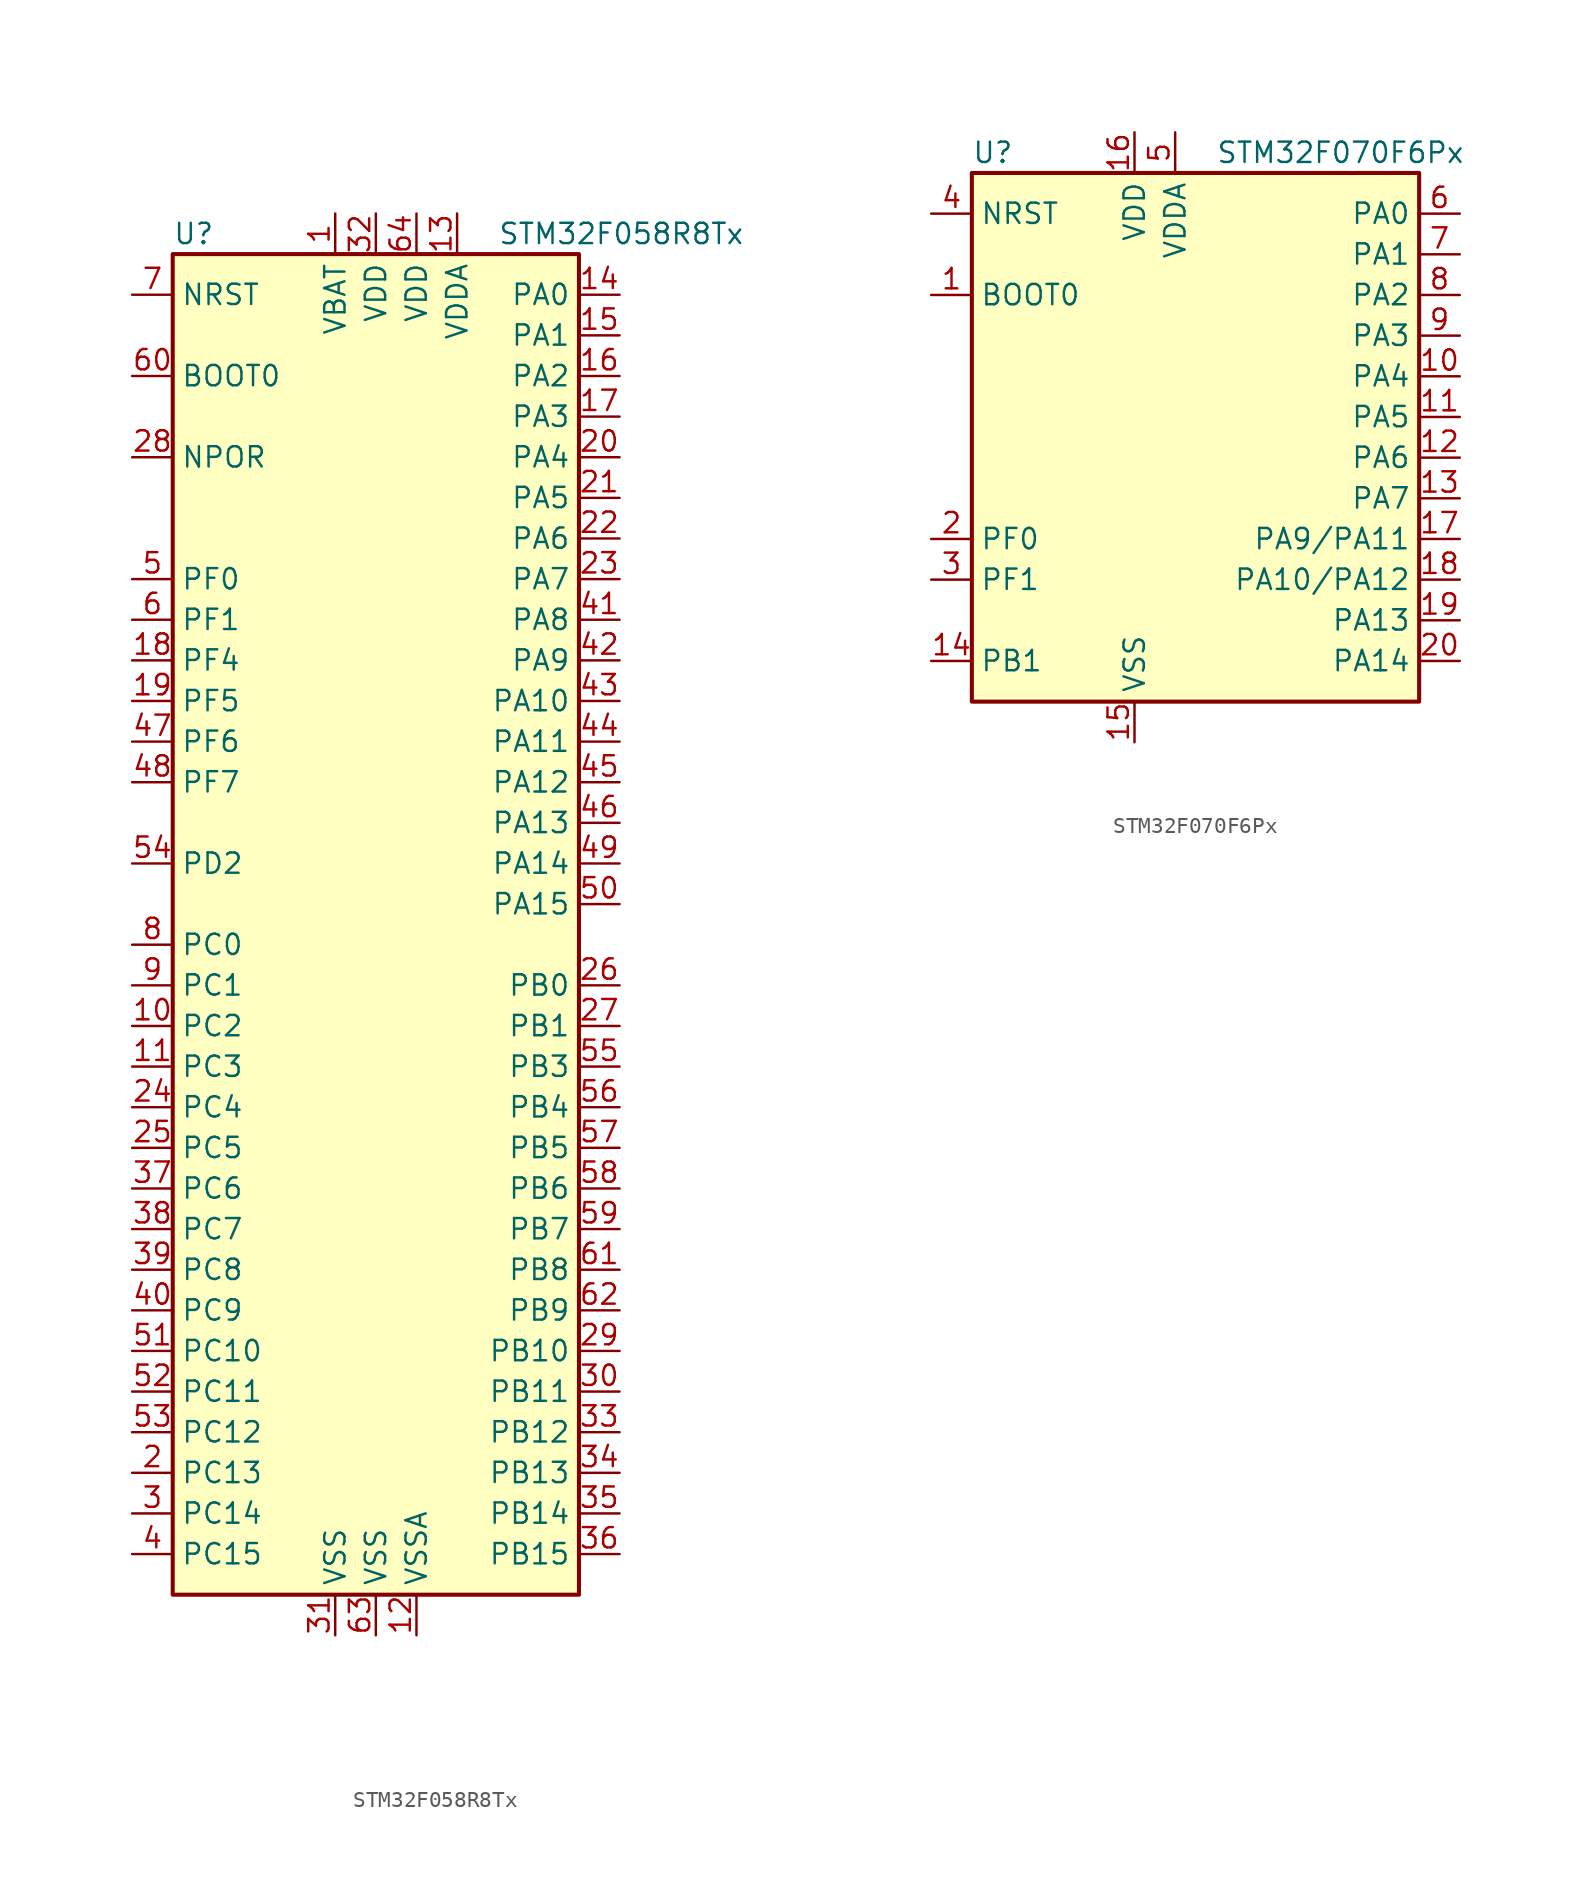
<source format=kicad_sym>
(kicad_symbol_lib
  (version 20201005)
  (generator kicad_symbol_editor)
  (symbol "STM32F058R8Tx"
    (property "Reference" "U"
      (at -12.7 41.91 0)
      (effects (font (size 1.27 1.27)) (justify left)))
    (property "Value" "STM32F058R8Tx"
      (at 7.62 41.91 0)
      (effects (font (size 1.27 1.27)) (justify left)))
    (symbol "STM32F058R8Tx_0_1"
      (rectangle (start -12.7 -43.18) (end 12.7 40.64) (stroke (width 0.254)) (fill (type background))))
    (symbol "STM32F058R8Tx_1_1"
      (pin input line (at -15.24 33.02 0) (length 2.54) (name "BOOT0" (effects (font (size 1.27 1.27)))) (number "60" (effects (font (size 1.27 1.27)))))
      (pin power_in line (at -15.24 27.94 0) (length 2.54) (name "NPOR" (effects (font (size 1.27 1.27)))) (number "28" (effects (font (size 1.27 1.27)))))
      (pin input line (at -15.24 38.1 0) (length 2.54) (name "NRST" (effects (font (size 1.27 1.27)))) (number "7" (effects (font (size 1.27 1.27)))))
      (pin bidirectional line (at 15.24 38.1 180) (length 2.54) (name "PA0" (effects (font (size 1.27 1.27)))) (number "14" (effects (font (size 1.27 1.27)))))
      (pin bidirectional line (at 15.24 35.56 180) (length 2.54) (name "PA1" (effects (font (size 1.27 1.27)))) (number "15" (effects (font (size 1.27 1.27)))))
      (pin bidirectional line (at 15.24 12.7 180) (length 2.54) (name "PA10" (effects (font (size 1.27 1.27)))) (number "43" (effects (font (size 1.27 1.27)))))
      (pin bidirectional line (at 15.24 10.16 180) (length 2.54) (name "PA11" (effects (font (size 1.27 1.27)))) (number "44" (effects (font (size 1.27 1.27)))))
      (pin bidirectional line (at 15.24 7.62 180) (length 2.54) (name "PA12" (effects (font (size 1.27 1.27)))) (number "45" (effects (font (size 1.27 1.27)))))
      (pin bidirectional line (at 15.24 5.08 180) (length 2.54) (name "PA13" (effects (font (size 1.27 1.27)))) (number "46" (effects (font (size 1.27 1.27)))))
      (pin bidirectional line (at 15.24 2.54 180) (length 2.54) (name "PA14" (effects (font (size 1.27 1.27)))) (number "49" (effects (font (size 1.27 1.27)))))
      (pin bidirectional line (at 15.24 0 180) (length 2.54) (name "PA15" (effects (font (size 1.27 1.27)))) (number "50" (effects (font (size 1.27 1.27)))))
      (pin bidirectional line (at 15.24 33.02 180) (length 2.54) (name "PA2" (effects (font (size 1.27 1.27)))) (number "16" (effects (font (size 1.27 1.27)))))
      (pin bidirectional line (at 15.24 30.48 180) (length 2.54) (name "PA3" (effects (font (size 1.27 1.27)))) (number "17" (effects (font (size 1.27 1.27)))))
      (pin bidirectional line (at 15.24 27.94 180) (length 2.54) (name "PA4" (effects (font (size 1.27 1.27)))) (number "20" (effects (font (size 1.27 1.27)))))
      (pin bidirectional line (at 15.24 25.4 180) (length 2.54) (name "PA5" (effects (font (size 1.27 1.27)))) (number "21" (effects (font (size 1.27 1.27)))))
      (pin bidirectional line (at 15.24 22.86 180) (length 2.54) (name "PA6" (effects (font (size 1.27 1.27)))) (number "22" (effects (font (size 1.27 1.27)))))
      (pin bidirectional line (at 15.24 20.32 180) (length 2.54) (name "PA7" (effects (font (size 1.27 1.27)))) (number "23" (effects (font (size 1.27 1.27)))))
      (pin bidirectional line (at 15.24 17.78 180) (length 2.54) (name "PA8" (effects (font (size 1.27 1.27)))) (number "41" (effects (font (size 1.27 1.27)))))
      (pin bidirectional line (at 15.24 15.24 180) (length 2.54) (name "PA9" (effects (font (size 1.27 1.27)))) (number "42" (effects (font (size 1.27 1.27)))))
      (pin bidirectional line (at 15.24 -5.08 180) (length 2.54) (name "PB0" (effects (font (size 1.27 1.27)))) (number "26" (effects (font (size 1.27 1.27)))))
      (pin bidirectional line (at 15.24 -7.62 180) (length 2.54) (name "PB1" (effects (font (size 1.27 1.27)))) (number "27" (effects (font (size 1.27 1.27)))))
      (pin bidirectional line (at 15.24 -27.94 180) (length 2.54) (name "PB10" (effects (font (size 1.27 1.27)))) (number "29" (effects (font (size 1.27 1.27)))))
      (pin bidirectional line (at 15.24 -30.48 180) (length 2.54) (name "PB11" (effects (font (size 1.27 1.27)))) (number "30" (effects (font (size 1.27 1.27)))))
      (pin bidirectional line (at 15.24 -33.02 180) (length 2.54) (name "PB12" (effects (font (size 1.27 1.27)))) (number "33" (effects (font (size 1.27 1.27)))))
      (pin bidirectional line (at 15.24 -35.56 180) (length 2.54) (name "PB13" (effects (font (size 1.27 1.27)))) (number "34" (effects (font (size 1.27 1.27)))))
      (pin bidirectional line (at 15.24 -38.1 180) (length 2.54) (name "PB14" (effects (font (size 1.27 1.27)))) (number "35" (effects (font (size 1.27 1.27)))))
      (pin bidirectional line (at 15.24 -40.64 180) (length 2.54) (name "PB15" (effects (font (size 1.27 1.27)))) (number "36" (effects (font (size 1.27 1.27)))))
      (pin bidirectional line (at 15.24 -10.16 180) (length 2.54) (name "PB3" (effects (font (size 1.27 1.27)))) (number "55" (effects (font (size 1.27 1.27)))))
      (pin bidirectional line (at 15.24 -12.7 180) (length 2.54) (name "PB4" (effects (font (size 1.27 1.27)))) (number "56" (effects (font (size 1.27 1.27)))))
      (pin bidirectional line (at 15.24 -15.24 180) (length 2.54) (name "PB5" (effects (font (size 1.27 1.27)))) (number "57" (effects (font (size 1.27 1.27)))))
      (pin bidirectional line (at 15.24 -17.78 180) (length 2.54) (name "PB6" (effects (font (size 1.27 1.27)))) (number "58" (effects (font (size 1.27 1.27)))))
      (pin bidirectional line (at 15.24 -20.32 180) (length 2.54) (name "PB7" (effects (font (size 1.27 1.27)))) (number "59" (effects (font (size 1.27 1.27)))))
      (pin bidirectional line (at 15.24 -22.86 180) (length 2.54) (name "PB8" (effects (font (size 1.27 1.27)))) (number "61" (effects (font (size 1.27 1.27)))))
      (pin bidirectional line (at 15.24 -25.4 180) (length 2.54) (name "PB9" (effects (font (size 1.27 1.27)))) (number "62" (effects (font (size 1.27 1.27)))))
      (pin bidirectional line (at -15.24 -2.54 0) (length 2.54) (name "PC0" (effects (font (size 1.27 1.27)))) (number "8" (effects (font (size 1.27 1.27)))))
      (pin bidirectional line (at -15.24 -5.08 0) (length 2.54) (name "PC1" (effects (font (size 1.27 1.27)))) (number "9" (effects (font (size 1.27 1.27)))))
      (pin bidirectional line (at -15.24 -27.94 0) (length 2.54) (name "PC10" (effects (font (size 1.27 1.27)))) (number "51" (effects (font (size 1.27 1.27)))))
      (pin bidirectional line (at -15.24 -30.48 0) (length 2.54) (name "PC11" (effects (font (size 1.27 1.27)))) (number "52" (effects (font (size 1.27 1.27)))))
      (pin bidirectional line (at -15.24 -33.02 0) (length 2.54) (name "PC12" (effects (font (size 1.27 1.27)))) (number "53" (effects (font (size 1.27 1.27)))))
      (pin bidirectional line (at -15.24 -35.56 0) (length 2.54) (name "PC13" (effects (font (size 1.27 1.27)))) (number "2" (effects (font (size 1.27 1.27)))))
      (pin bidirectional line (at -15.24 -38.1 0) (length 2.54) (name "PC14" (effects (font (size 1.27 1.27)))) (number "3" (effects (font (size 1.27 1.27)))))
      (pin bidirectional line (at -15.24 -40.64 0) (length 2.54) (name "PC15" (effects (font (size 1.27 1.27)))) (number "4" (effects (font (size 1.27 1.27)))))
      (pin bidirectional line (at -15.24 -7.62 0) (length 2.54) (name "PC2" (effects (font (size 1.27 1.27)))) (number "10" (effects (font (size 1.27 1.27)))))
      (pin bidirectional line (at -15.24 -10.16 0) (length 2.54) (name "PC3" (effects (font (size 1.27 1.27)))) (number "11" (effects (font (size 1.27 1.27)))))
      (pin bidirectional line (at -15.24 -12.7 0) (length 2.54) (name "PC4" (effects (font (size 1.27 1.27)))) (number "24" (effects (font (size 1.27 1.27)))))
      (pin bidirectional line (at -15.24 -15.24 0) (length 2.54) (name "PC5" (effects (font (size 1.27 1.27)))) (number "25" (effects (font (size 1.27 1.27)))))
      (pin bidirectional line (at -15.24 -17.78 0) (length 2.54) (name "PC6" (effects (font (size 1.27 1.27)))) (number "37" (effects (font (size 1.27 1.27)))))
      (pin bidirectional line (at -15.24 -20.32 0) (length 2.54) (name "PC7" (effects (font (size 1.27 1.27)))) (number "38" (effects (font (size 1.27 1.27)))))
      (pin bidirectional line (at -15.24 -22.86 0) (length 2.54) (name "PC8" (effects (font (size 1.27 1.27)))) (number "39" (effects (font (size 1.27 1.27)))))
      (pin bidirectional line (at -15.24 -25.4 0) (length 2.54) (name "PC9" (effects (font (size 1.27 1.27)))) (number "40" (effects (font (size 1.27 1.27)))))
      (pin bidirectional line (at -15.24 2.54 0) (length 2.54) (name "PD2" (effects (font (size 1.27 1.27)))) (number "54" (effects (font (size 1.27 1.27)))))
      (pin input line (at -15.24 20.32 0) (length 2.54) (name "PF0" (effects (font (size 1.27 1.27)))) (number "5" (effects (font (size 1.27 1.27)))))
      (pin input line (at -15.24 17.78 0) (length 2.54) (name "PF1" (effects (font (size 1.27 1.27)))) (number "6" (effects (font (size 1.27 1.27)))))
      (pin bidirectional line (at -15.24 15.24 0) (length 2.54) (name "PF4" (effects (font (size 1.27 1.27)))) (number "18" (effects (font (size 1.27 1.27)))))
      (pin bidirectional line (at -15.24 12.7 0) (length 2.54) (name "PF5" (effects (font (size 1.27 1.27)))) (number "19" (effects (font (size 1.27 1.27)))))
      (pin bidirectional line (at -15.24 10.16 0) (length 2.54) (name "PF6" (effects (font (size 1.27 1.27)))) (number "47" (effects (font (size 1.27 1.27)))))
      (pin bidirectional line (at -15.24 7.62 0) (length 2.54) (name "PF7" (effects (font (size 1.27 1.27)))) (number "48" (effects (font (size 1.27 1.27)))))
      (pin power_in line (at -2.54 43.18 270) (length 2.54) (name "VBAT" (effects (font (size 1.27 1.27)))) (number "1" (effects (font (size 1.27 1.27)))))
      (pin power_in line (at 0 43.18 270) (length 2.54) (name "VDD" (effects (font (size 1.27 1.27)))) (number "32" (effects (font (size 1.27 1.27)))))
      (pin power_in line (at 2.54 43.18 270) (length 2.54) (name "VDD" (effects (font (size 1.27 1.27)))) (number "64" (effects (font (size 1.27 1.27)))))
      (pin power_in line (at 5.08 43.18 270) (length 2.54) (name "VDDA" (effects (font (size 1.27 1.27)))) (number "13" (effects (font (size 1.27 1.27)))))
      (pin power_in line (at -2.54 -45.72 90) (length 2.54) (name "VSS" (effects (font (size 1.27 1.27)))) (number "31" (effects (font (size 1.27 1.27)))))
      (pin power_in line (at 0 -45.72 90) (length 2.54) (name "VSS" (effects (font (size 1.27 1.27)))) (number "63" (effects (font (size 1.27 1.27)))))
      (pin power_in line (at 2.54 -45.72 90) (length 2.54) (name "VSSA" (effects (font (size 1.27 1.27)))) (number "12" (effects (font (size 1.27 1.27)))))))
  (symbol "STM32F070F6Px"
    (property "Reference" "U"
      (at -15.24 16.51 0)
      (effects (font (size 1.27 1.27)) (justify left)))
    (property "Value" "STM32F070F6Px"
      (at 0 16.51 0)
      (effects (font (size 1.27 1.27)) (justify left)))
    (symbol "STM32F070F6Px_0_1"
      (rectangle (start -15.24 -17.78) (end 12.7 15.24) (stroke (width 0.254)) (fill (type background))))
    (symbol "STM32F070F6Px_1_1"
      (pin input line (at -17.78 7.62 0) (length 2.54) (name "BOOT0" (effects (font (size 1.27 1.27)))) (number "1" (effects (font (size 1.27 1.27)))))
      (pin input line (at -17.78 12.7 0) (length 2.54) (name "NRST" (effects (font (size 1.27 1.27)))) (number "4" (effects (font (size 1.27 1.27)))))
      (pin bidirectional line (at 15.24 12.7 180) (length 2.54) (name "PA0" (effects (font (size 1.27 1.27)))) (number "6" (effects (font (size 1.27 1.27)))))
      (pin bidirectional line (at 15.24 10.16 180) (length 2.54) (name "PA1" (effects (font (size 1.27 1.27)))) (number "7" (effects (font (size 1.27 1.27)))))
      (pin bidirectional line (at 15.24 -10.16 180) (length 2.54) (name "PA10/PA12" (effects (font (size 1.27 1.27)))) (number "18" (effects (font (size 1.27 1.27)))))
      (pin bidirectional line (at 15.24 -12.7 180) (length 2.54) (name "PA13" (effects (font (size 1.27 1.27)))) (number "19" (effects (font (size 1.27 1.27)))))
      (pin bidirectional line (at 15.24 -15.24 180) (length 2.54) (name "PA14" (effects (font (size 1.27 1.27)))) (number "20" (effects (font (size 1.27 1.27)))))
      (pin bidirectional line (at 15.24 7.62 180) (length 2.54) (name "PA2" (effects (font (size 1.27 1.27)))) (number "8" (effects (font (size 1.27 1.27)))))
      (pin bidirectional line (at 15.24 5.08 180) (length 2.54) (name "PA3" (effects (font (size 1.27 1.27)))) (number "9" (effects (font (size 1.27 1.27)))))
      (pin bidirectional line (at 15.24 2.54 180) (length 2.54) (name "PA4" (effects (font (size 1.27 1.27)))) (number "10" (effects (font (size 1.27 1.27)))))
      (pin bidirectional line (at 15.24 0 180) (length 2.54) (name "PA5" (effects (font (size 1.27 1.27)))) (number "11" (effects (font (size 1.27 1.27)))))
      (pin bidirectional line (at 15.24 -2.54 180) (length 2.54) (name "PA6" (effects (font (size 1.27 1.27)))) (number "12" (effects (font (size 1.27 1.27)))))
      (pin bidirectional line (at 15.24 -5.08 180) (length 2.54) (name "PA7" (effects (font (size 1.27 1.27)))) (number "13" (effects (font (size 1.27 1.27)))))
      (pin bidirectional line (at 15.24 -7.62 180) (length 2.54) (name "PA9/PA11" (effects (font (size 1.27 1.27)))) (number "17" (effects (font (size 1.27 1.27)))))
      (pin bidirectional line (at -17.78 -15.24 0) (length 2.54) (name "PB1" (effects (font (size 1.27 1.27)))) (number "14" (effects (font (size 1.27 1.27)))))
      (pin input line (at -17.78 -7.62 0) (length 2.54) (name "PF0" (effects (font (size 1.27 1.27)))) (number "2" (effects (font (size 1.27 1.27)))))
      (pin input line (at -17.78 -10.16 0) (length 2.54) (name "PF1" (effects (font (size 1.27 1.27)))) (number "3" (effects (font (size 1.27 1.27)))))
      (pin power_in line (at -5.08 17.78 270) (length 2.54) (name "VDD" (effects (font (size 1.27 1.27)))) (number "16" (effects (font (size 1.27 1.27)))))
      (pin power_in line (at -2.54 17.78 270) (length 2.54) (name "VDDA" (effects (font (size 1.27 1.27)))) (number "5" (effects (font (size 1.27 1.27)))))
      (pin power_in line (at -5.08 -20.32 90) (length 2.54) (name "VSS" (effects (font (size 1.27 1.27)))) (number "15" (effects (font (size 1.27 1.27))))))))
</source>
